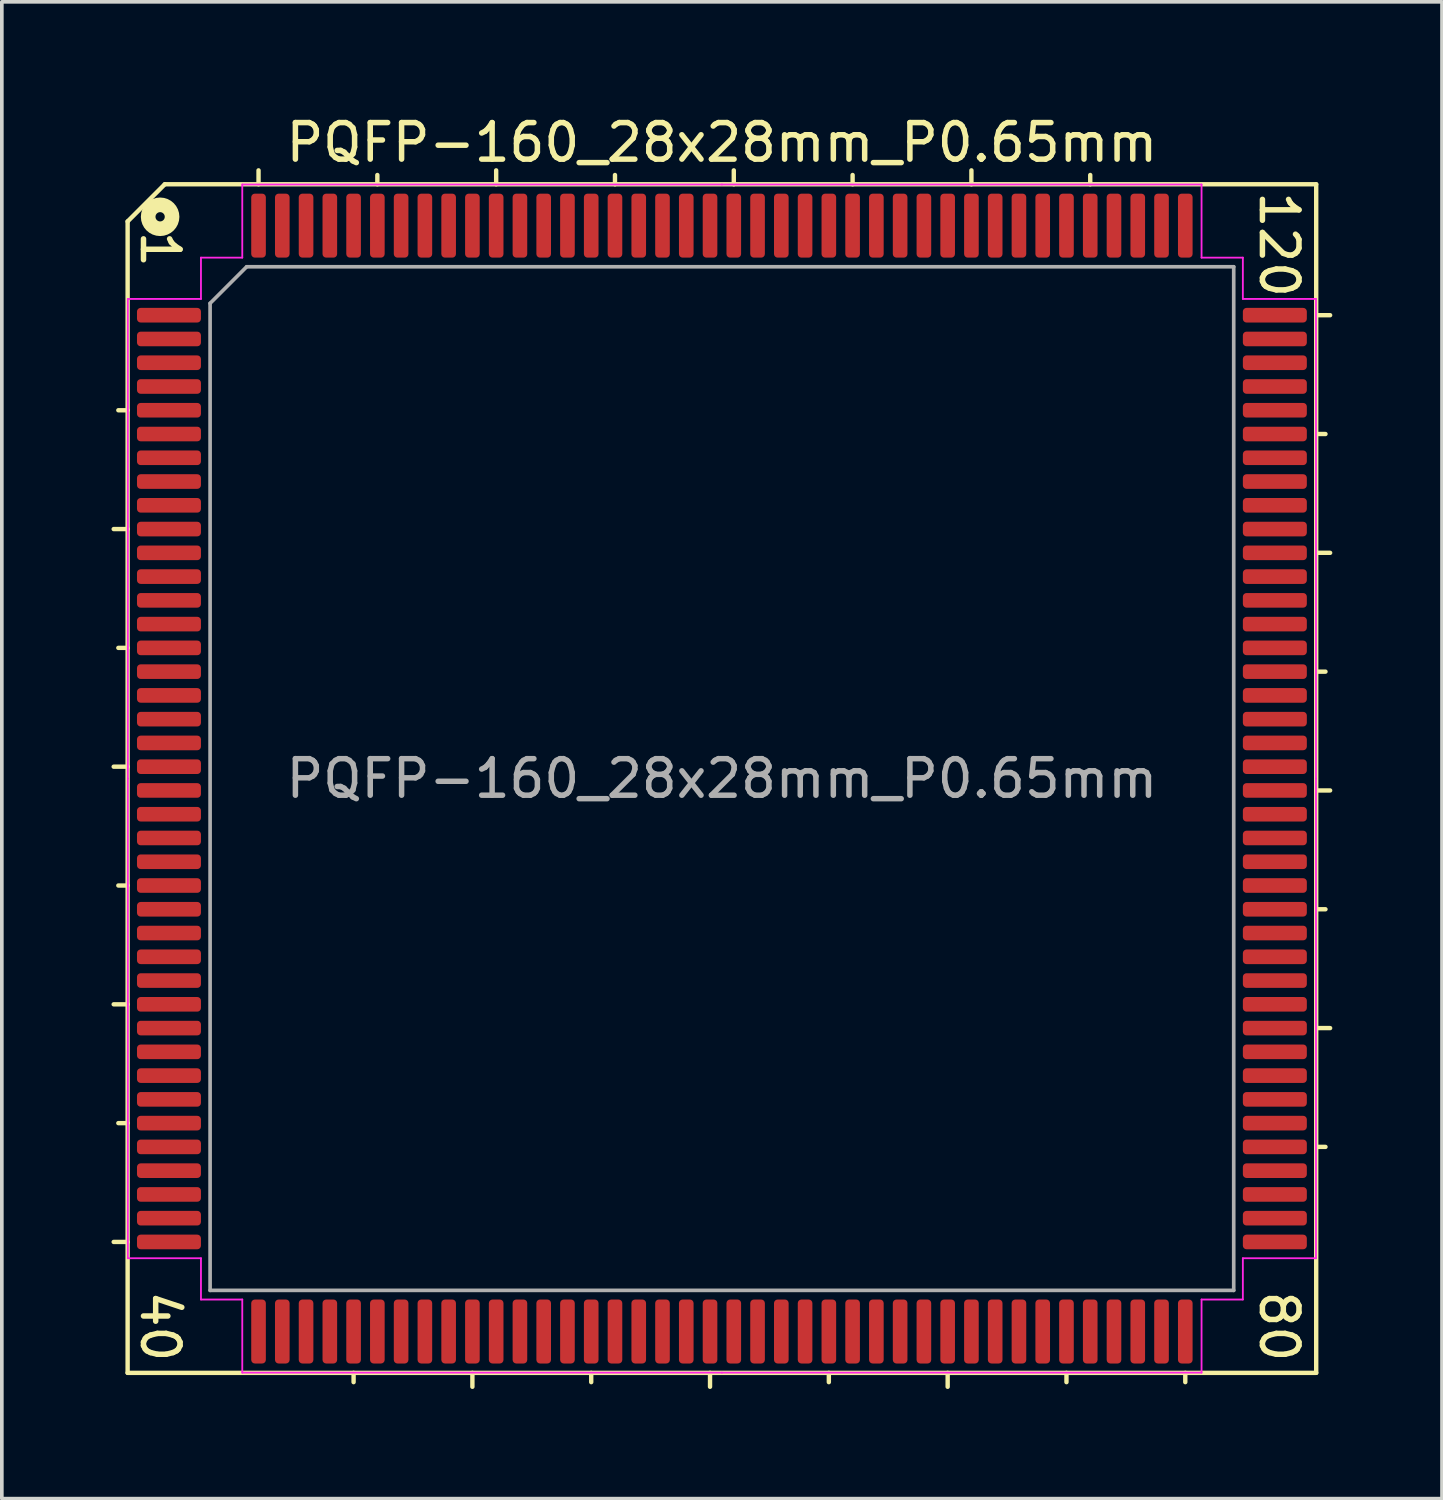
<source format=kicad_pcb>
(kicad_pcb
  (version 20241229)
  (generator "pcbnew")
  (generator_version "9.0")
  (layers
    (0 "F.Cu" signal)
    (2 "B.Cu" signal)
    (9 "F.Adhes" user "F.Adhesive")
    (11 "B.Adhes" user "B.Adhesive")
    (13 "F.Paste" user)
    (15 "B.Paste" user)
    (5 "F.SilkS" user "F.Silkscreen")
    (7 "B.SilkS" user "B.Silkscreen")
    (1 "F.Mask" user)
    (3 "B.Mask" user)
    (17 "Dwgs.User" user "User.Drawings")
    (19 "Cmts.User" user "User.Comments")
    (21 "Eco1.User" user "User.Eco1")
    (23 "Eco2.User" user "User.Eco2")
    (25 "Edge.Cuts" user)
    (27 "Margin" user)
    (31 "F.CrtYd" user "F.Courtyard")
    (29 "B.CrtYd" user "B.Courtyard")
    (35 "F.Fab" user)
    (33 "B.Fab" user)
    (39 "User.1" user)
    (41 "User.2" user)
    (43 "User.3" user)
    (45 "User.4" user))
  (footprint "PQFP-160_28x28mm_P0.65mm"
    (layer "F.Cu")
    (at 16.697 18.247)
    (property "Reference" "PQFP-160_28x28mm_P0.65mm" (at 0 -17.399 0) (layer "F.SilkS") (effects (font (size 1 1) (thickness 0.15))))
    (attr smd)
    (fp_line (start -16.256 -15.24) (end -16.256 16.256) (stroke (width 0.12) (type solid)) (layer "F.SilkS"))
    (fp_line (start -16.256 -10.075) (end -16.51 -10.075) (stroke (width 0.12) (type solid)) (layer "F.SilkS"))
    (fp_line (start -16.256 -6.825) (end -16.637 -6.825) (stroke (width 0.12) (type solid)) (layer "F.SilkS"))
    (fp_line (start -16.256 -3.575) (end -16.51 -3.575) (stroke (width 0.12) (type solid)) (layer "F.SilkS"))
    (fp_line (start -16.256 -0.325) (end -16.637 -0.325) (stroke (width 0.12) (type solid)) (layer "F.SilkS"))
    (fp_line (start -16.256 2.925) (end -16.51 2.925) (stroke (width 0.12) (type solid)) (layer "F.SilkS"))
    (fp_line (start -16.256 6.175) (end -16.637 6.175) (stroke (width 0.12) (type solid)) (layer "F.SilkS"))
    (fp_line (start -16.256 9.425) (end -16.51 9.425) (stroke (width 0.12) (type solid)) (layer "F.SilkS"))
    (fp_line (start -16.256 12.675) (end -16.637 12.675) (stroke (width 0.12) (type solid)) (layer "F.SilkS"))
    (fp_line (start -16.256 16.256) (end 16.256 16.256) (stroke (width 0.12) (type solid)) (layer "F.SilkS"))
    (fp_line (start -15.24 -16.256) (end -16.256 -15.24) (stroke (width 0.12) (type solid)) (layer "F.SilkS"))
    (fp_line (start -12.675 -16.256) (end -12.675 -16.637) (stroke (width 0.12) (type solid)) (layer "F.SilkS"))
    (fp_line (start -10.075 16.51) (end -10.075 16.256) (stroke (width 0.12) (type solid)) (layer "F.SilkS"))
    (fp_line (start -9.425 -16.256) (end -9.425 -16.51) (stroke (width 0.12) (type solid)) (layer "F.SilkS"))
    (fp_line (start -6.825 16.637) (end -6.825 16.256) (stroke (width 0.12) (type solid)) (layer "F.SilkS"))
    (fp_line (start -6.175 -16.256) (end -6.175 -16.637) (stroke (width 0.12) (type solid)) (layer "F.SilkS"))
    (fp_line (start -3.575 16.256) (end -3.575 16.51) (stroke (width 0.12) (type solid)) (layer "F.SilkS"))
    (fp_line (start -2.925 -16.256) (end -2.925 -16.51) (stroke (width 0.12) (type solid)) (layer "F.SilkS"))
    (fp_line (start -0.325 16.256) (end -0.325 16.637) (stroke (width 0.12) (type solid)) (layer "F.SilkS"))
    (fp_line (start 0.325 -16.256) (end 0.325 -16.637) (stroke (width 0.12) (type solid)) (layer "F.SilkS"))
    (fp_line (start 2.925 16.256) (end 2.925 16.51) (stroke (width 0.12) (type solid)) (layer "F.SilkS"))
    (fp_line (start 3.575 -16.256) (end 3.575 -16.51) (stroke (width 0.12) (type solid)) (layer "F.SilkS"))
    (fp_line (start 6.175 16.256) (end 6.175 16.637) (stroke (width 0.12) (type solid)) (layer "F.SilkS"))
    (fp_line (start 6.825 -16.256) (end 6.825 -16.637) (stroke (width 0.12) (type solid)) (layer "F.SilkS"))
    (fp_line (start 9.425 16.256) (end 9.425 16.51) (stroke (width 0.12) (type solid)) (layer "F.SilkS"))
    (fp_line (start 10.075 -16.256) (end 10.075 -16.51) (stroke (width 0.12) (type solid)) (layer "F.SilkS"))
    (fp_line (start 12.675 16.256) (end 12.675 16.51) (stroke (width 0.12) (type solid)) (layer "F.SilkS"))
    (fp_line (start 16.256 -16.256) (end -15.24 -16.256) (stroke (width 0.12) (type solid)) (layer "F.SilkS"))
    (fp_line (start 16.256 -12.675) (end 16.637 -12.675) (stroke (width 0.12) (type solid)) (layer "F.SilkS"))
    (fp_line (start 16.256 -9.425) (end 16.51 -9.425) (stroke (width 0.12) (type solid)) (layer "F.SilkS"))
    (fp_line (start 16.256 -6.175) (end 16.637 -6.175) (stroke (width 0.12) (type solid)) (layer "F.SilkS"))
    (fp_line (start 16.256 -2.925) (end 16.51 -2.925) (stroke (width 0.12) (type solid)) (layer "F.SilkS"))
    (fp_line (start 16.256 0.325) (end 16.637 0.325) (stroke (width 0.12) (type solid)) (layer "F.SilkS"))
    (fp_line (start 16.256 3.575) (end 16.51 3.575) (stroke (width 0.12) (type solid)) (layer "F.SilkS"))
    (fp_line (start 16.256 6.825) (end 16.637 6.825) (stroke (width 0.12) (type solid)) (layer "F.SilkS"))
    (fp_line (start 16.256 10.075) (end 16.51 10.075) (stroke (width 0.12) (type solid)) (layer "F.SilkS"))
    (fp_line (start 16.256 16.256) (end 16.256 -16.256) (stroke (width 0.12) (type solid)) (layer "F.SilkS"))
    (fp_circle (center -15.367 -15.367) (end -15.24 -15.367) (stroke (width 0.4) (type solid)) (fill no) (layer "F.SilkS"))
    (fp_line (start -16.25 -13.12) (end -16.25 0) (stroke (width 0.05) (type solid)) (layer "F.CrtYd"))
    (fp_line (start -16.25 13.12) (end -16.25 0) (stroke (width 0.05) (type solid)) (layer "F.CrtYd"))
    (fp_line (start -14.25 -14.25) (end -14.25 -13.12) (stroke (width 0.05) (type solid)) (layer "F.CrtYd"))
    (fp_line (start -14.25 -13.12) (end -16.25 -13.12) (stroke (width 0.05) (type solid)) (layer "F.CrtYd"))
    (fp_line (start -14.25 13.12) (end -16.25 13.12) (stroke (width 0.05) (type solid)) (layer "F.CrtYd"))
    (fp_line (start -14.25 14.25) (end -14.25 13.12) (stroke (width 0.05) (type solid)) (layer "F.CrtYd"))
    (fp_line (start -13.12 -16.25) (end -13.12 -14.25) (stroke (width 0.05) (type solid)) (layer "F.CrtYd"))
    (fp_line (start -13.12 -14.25) (end -14.25 -14.25) (stroke (width 0.05) (type solid)) (layer "F.CrtYd"))
    (fp_line (start -13.12 14.25) (end -14.25 14.25) (stroke (width 0.05) (type solid)) (layer "F.CrtYd"))
    (fp_line (start -13.12 16.25) (end -13.12 14.25) (stroke (width 0.05) (type solid)) (layer "F.CrtYd"))
    (fp_line (start 0 -16.25) (end -13.12 -16.25) (stroke (width 0.05) (type solid)) (layer "F.CrtYd"))
    (fp_line (start 0 -16.25) (end 13.12 -16.25) (stroke (width 0.05) (type solid)) (layer "F.CrtYd"))
    (fp_line (start 0 16.25) (end -13.12 16.25) (stroke (width 0.05) (type solid)) (layer "F.CrtYd"))
    (fp_line (start 0 16.25) (end 13.12 16.25) (stroke (width 0.05) (type solid)) (layer "F.CrtYd"))
    (fp_line (start 13.12 -16.25) (end 13.12 -14.25) (stroke (width 0.05) (type solid)) (layer "F.CrtYd"))
    (fp_line (start 13.12 -14.25) (end 14.25 -14.25) (stroke (width 0.05) (type solid)) (layer "F.CrtYd"))
    (fp_line (start 13.12 14.25) (end 14.25 14.25) (stroke (width 0.05) (type solid)) (layer "F.CrtYd"))
    (fp_line (start 13.12 16.25) (end 13.12 14.25) (stroke (width 0.05) (type solid)) (layer "F.CrtYd"))
    (fp_line (start 14.25 -14.25) (end 14.25 -13.12) (stroke (width 0.05) (type solid)) (layer "F.CrtYd"))
    (fp_line (start 14.25 -13.12) (end 16.25 -13.12) (stroke (width 0.05) (type solid)) (layer "F.CrtYd"))
    (fp_line (start 14.25 13.12) (end 16.25 13.12) (stroke (width 0.05) (type solid)) (layer "F.CrtYd"))
    (fp_line (start 14.25 14.25) (end 14.25 13.12) (stroke (width 0.05) (type solid)) (layer "F.CrtYd"))
    (fp_line (start 16.25 -13.12) (end 16.25 0) (stroke (width 0.05) (type solid)) (layer "F.CrtYd"))
    (fp_line (start 16.25 13.12) (end 16.25 0) (stroke (width 0.05) (type solid)) (layer "F.CrtYd"))
    (fp_line (start -14 -13) (end -13 -14) (stroke (width 0.1) (type solid)) (layer "F.Fab"))
    (fp_line (start -14 14) (end -14 -13) (stroke (width 0.1) (type solid)) (layer "F.Fab"))
    (fp_line (start -13 -14) (end 14 -14) (stroke (width 0.1) (type solid)) (layer "F.Fab"))
    (fp_line (start 14 -14) (end 14 14) (stroke (width 0.1) (type solid)) (layer "F.Fab"))
    (fp_line (start 14 14) (end -14 14) (stroke (width 0.1) (type solid)) (layer "F.Fab"))
    (fp_text user "80" (at 15.24 14.986 270) (unlocked yes) (layer "F.SilkS") (effects (font (size 1 1) (thickness 0.15))))
    (fp_text user "1" (at -15.367 -14.478 270) (unlocked yes) (layer "F.SilkS") (effects (font (size 1 1) (thickness 0.15))))
    (fp_text user "40" (at -15.367 14.986 270) (unlocked yes) (layer "F.SilkS") (effects (font (size 1 1) (thickness 0.15))))
    (fp_text user "120" (at 15.24 -14.605 270) (unlocked yes) (layer "F.SilkS") (effects (font (size 1 1) (thickness 0.15))))
    (fp_text user "${REFERENCE}" (at 0 0 0) (layer "F.Fab") (effects (font (size 1 1) (thickness 0.15))))
    (pad "1" smd roundrect (at -15.125 -12.675) (size 1.75 0.4) (layers "F.Cu" "F.Mask" "F.Paste") (roundrect_rratio 0.25))
    (pad "2" smd roundrect (at -15.125 -12.025) (size 1.75 0.4) (layers "F.Cu" "F.Mask" "F.Paste") (roundrect_rratio 0.25))
    (pad "3" smd roundrect (at -15.125 -11.375) (size 1.75 0.4) (layers "F.Cu" "F.Mask" "F.Paste") (roundrect_rratio 0.25))
    (pad "4" smd roundrect (at -15.125 -10.725) (size 1.75 0.4) (layers "F.Cu" "F.Mask" "F.Paste") (roundrect_rratio 0.25))
    (pad "5" smd roundrect (at -15.125 -10.075) (size 1.75 0.4) (layers "F.Cu" "F.Mask" "F.Paste") (roundrect_rratio 0.25))
    (pad "6" smd roundrect (at -15.125 -9.425) (size 1.75 0.4) (layers "F.Cu" "F.Mask" "F.Paste") (roundrect_rratio 0.25))
    (pad "7" smd roundrect (at -15.125 -8.775) (size 1.75 0.4) (layers "F.Cu" "F.Mask" "F.Paste") (roundrect_rratio 0.25))
    (pad "8" smd roundrect (at -15.125 -8.125) (size 1.75 0.4) (layers "F.Cu" "F.Mask" "F.Paste") (roundrect_rratio 0.25))
    (pad "9" smd roundrect (at -15.125 -7.475) (size 1.75 0.4) (layers "F.Cu" "F.Mask" "F.Paste") (roundrect_rratio 0.25))
    (pad "10" smd roundrect (at -15.125 -6.825) (size 1.75 0.4) (layers "F.Cu" "F.Mask" "F.Paste") (roundrect_rratio 0.25))
    (pad "11" smd roundrect (at -15.125 -6.175) (size 1.75 0.4) (layers "F.Cu" "F.Mask" "F.Paste") (roundrect_rratio 0.25))
    (pad "12" smd roundrect (at -15.125 -5.525) (size 1.75 0.4) (layers "F.Cu" "F.Mask" "F.Paste") (roundrect_rratio 0.25))
    (pad "13" smd roundrect (at -15.125 -4.875) (size 1.75 0.4) (layers "F.Cu" "F.Mask" "F.Paste") (roundrect_rratio 0.25))
    (pad "14" smd roundrect (at -15.125 -4.225) (size 1.75 0.4) (layers "F.Cu" "F.Mask" "F.Paste") (roundrect_rratio 0.25))
    (pad "15" smd roundrect (at -15.125 -3.575) (size 1.75 0.4) (layers "F.Cu" "F.Mask" "F.Paste") (roundrect_rratio 0.25))
    (pad "16" smd roundrect (at -15.125 -2.925) (size 1.75 0.4) (layers "F.Cu" "F.Mask" "F.Paste") (roundrect_rratio 0.25))
    (pad "17" smd roundrect (at -15.125 -2.275) (size 1.75 0.4) (layers "F.Cu" "F.Mask" "F.Paste") (roundrect_rratio 0.25))
    (pad "18" smd roundrect (at -15.125 -1.625) (size 1.75 0.4) (layers "F.Cu" "F.Mask" "F.Paste") (roundrect_rratio 0.25))
    (pad "19" smd roundrect (at -15.125 -0.975) (size 1.75 0.4) (layers "F.Cu" "F.Mask" "F.Paste") (roundrect_rratio 0.25))
    (pad "20" smd roundrect (at -15.125 -0.325) (size 1.75 0.4) (layers "F.Cu" "F.Mask" "F.Paste") (roundrect_rratio 0.25))
    (pad "21" smd roundrect (at -15.125 0.325) (size 1.75 0.4) (layers "F.Cu" "F.Mask" "F.Paste") (roundrect_rratio 0.25))
    (pad "22" smd roundrect (at -15.125 0.975) (size 1.75 0.4) (layers "F.Cu" "F.Mask" "F.Paste") (roundrect_rratio 0.25))
    (pad "23" smd roundrect (at -15.125 1.625) (size 1.75 0.4) (layers "F.Cu" "F.Mask" "F.Paste") (roundrect_rratio 0.25))
    (pad "24" smd roundrect (at -15.125 2.275) (size 1.75 0.4) (layers "F.Cu" "F.Mask" "F.Paste") (roundrect_rratio 0.25))
    (pad "25" smd roundrect (at -15.125 2.925) (size 1.75 0.4) (layers "F.Cu" "F.Mask" "F.Paste") (roundrect_rratio 0.25))
    (pad "26" smd roundrect (at -15.125 3.575) (size 1.75 0.4) (layers "F.Cu" "F.Mask" "F.Paste") (roundrect_rratio 0.25))
    (pad "27" smd roundrect (at -15.125 4.225) (size 1.75 0.4) (layers "F.Cu" "F.Mask" "F.Paste") (roundrect_rratio 0.25))
    (pad "28" smd roundrect (at -15.125 4.875) (size 1.75 0.4) (layers "F.Cu" "F.Mask" "F.Paste") (roundrect_rratio 0.25))
    (pad "29" smd roundrect (at -15.125 5.525) (size 1.75 0.4) (layers "F.Cu" "F.Mask" "F.Paste") (roundrect_rratio 0.25))
    (pad "30" smd roundrect (at -15.125 6.175) (size 1.75 0.4) (layers "F.Cu" "F.Mask" "F.Paste") (roundrect_rratio 0.25))
    (pad "31" smd roundrect (at -15.125 6.825) (size 1.75 0.4) (layers "F.Cu" "F.Mask" "F.Paste") (roundrect_rratio 0.25))
    (pad "32" smd roundrect (at -15.125 7.475) (size 1.75 0.4) (layers "F.Cu" "F.Mask" "F.Paste") (roundrect_rratio 0.25))
    (pad "33" smd roundrect (at -15.125 8.125) (size 1.75 0.4) (layers "F.Cu" "F.Mask" "F.Paste") (roundrect_rratio 0.25))
    (pad "34" smd roundrect (at -15.125 8.775) (size 1.75 0.4) (layers "F.Cu" "F.Mask" "F.Paste") (roundrect_rratio 0.25))
    (pad "35" smd roundrect (at -15.125 9.425) (size 1.75 0.4) (layers "F.Cu" "F.Mask" "F.Paste") (roundrect_rratio 0.25))
    (pad "36" smd roundrect (at -15.125 10.075) (size 1.75 0.4) (layers "F.Cu" "F.Mask" "F.Paste") (roundrect_rratio 0.25))
    (pad "37" smd roundrect (at -15.125 10.725) (size 1.75 0.4) (layers "F.Cu" "F.Mask" "F.Paste") (roundrect_rratio 0.25))
    (pad "38" smd roundrect (at -15.125 11.375) (size 1.75 0.4) (layers "F.Cu" "F.Mask" "F.Paste") (roundrect_rratio 0.25))
    (pad "39" smd roundrect (at -15.125 12.025) (size 1.75 0.4) (layers "F.Cu" "F.Mask" "F.Paste") (roundrect_rratio 0.25))
    (pad "40" smd roundrect (at -15.125 12.675) (size 1.75 0.4) (layers "F.Cu" "F.Mask" "F.Paste") (roundrect_rratio 0.25))
    (pad "41" smd roundrect (at -12.675 15.125) (size 0.4 1.75) (layers "F.Cu" "F.Mask" "F.Paste") (roundrect_rratio 0.25))
    (pad "42" smd roundrect (at -12.025 15.125) (size 0.4 1.75) (layers "F.Cu" "F.Mask" "F.Paste") (roundrect_rratio 0.25))
    (pad "43" smd roundrect (at -11.375 15.125) (size 0.4 1.75) (layers "F.Cu" "F.Mask" "F.Paste") (roundrect_rratio 0.25))
    (pad "44" smd roundrect (at -10.725 15.125) (size 0.4 1.75) (layers "F.Cu" "F.Mask" "F.Paste") (roundrect_rratio 0.25))
    (pad "45" smd roundrect (at -10.075 15.125) (size 0.4 1.75) (layers "F.Cu" "F.Mask" "F.Paste") (roundrect_rratio 0.25))
    (pad "46" smd roundrect (at -9.425 15.125) (size 0.4 1.75) (layers "F.Cu" "F.Mask" "F.Paste") (roundrect_rratio 0.25))
    (pad "47" smd roundrect (at -8.775 15.125) (size 0.4 1.75) (layers "F.Cu" "F.Mask" "F.Paste") (roundrect_rratio 0.25))
    (pad "48" smd roundrect (at -8.125 15.125) (size 0.4 1.75) (layers "F.Cu" "F.Mask" "F.Paste") (roundrect_rratio 0.25))
    (pad "49" smd roundrect (at -7.475 15.125) (size 0.4 1.75) (layers "F.Cu" "F.Mask" "F.Paste") (roundrect_rratio 0.25))
    (pad "50" smd roundrect (at -6.825 15.125) (size 0.4 1.75) (layers "F.Cu" "F.Mask" "F.Paste") (roundrect_rratio 0.25))
    (pad "51" smd roundrect (at -6.175 15.125) (size 0.4 1.75) (layers "F.Cu" "F.Mask" "F.Paste") (roundrect_rratio 0.25))
    (pad "52" smd roundrect (at -5.525 15.125) (size 0.4 1.75) (layers "F.Cu" "F.Mask" "F.Paste") (roundrect_rratio 0.25))
    (pad "53" smd roundrect (at -4.875 15.125) (size 0.4 1.75) (layers "F.Cu" "F.Mask" "F.Paste") (roundrect_rratio 0.25))
    (pad "54" smd roundrect (at -4.225 15.125) (size 0.4 1.75) (layers "F.Cu" "F.Mask" "F.Paste") (roundrect_rratio 0.25))
    (pad "55" smd roundrect (at -3.575 15.125) (size 0.4 1.75) (layers "F.Cu" "F.Mask" "F.Paste") (roundrect_rratio 0.25))
    (pad "56" smd roundrect (at -2.925 15.125) (size 0.4 1.75) (layers "F.Cu" "F.Mask" "F.Paste") (roundrect_rratio 0.25))
    (pad "57" smd roundrect (at -2.275 15.125) (size 0.4 1.75) (layers "F.Cu" "F.Mask" "F.Paste") (roundrect_rratio 0.25))
    (pad "58" smd roundrect (at -1.625 15.125) (size 0.4 1.75) (layers "F.Cu" "F.Mask" "F.Paste") (roundrect_rratio 0.25))
    (pad "59" smd roundrect (at -0.975 15.125) (size 0.4 1.75) (layers "F.Cu" "F.Mask" "F.Paste") (roundrect_rratio 0.25))
    (pad "60" smd roundrect (at -0.325 15.125) (size 0.4 1.75) (layers "F.Cu" "F.Mask" "F.Paste") (roundrect_rratio 0.25))
    (pad "61" smd roundrect (at 0.325 15.125) (size 0.4 1.75) (layers "F.Cu" "F.Mask" "F.Paste") (roundrect_rratio 0.25))
    (pad "62" smd roundrect (at 0.975 15.125) (size 0.4 1.75) (layers "F.Cu" "F.Mask" "F.Paste") (roundrect_rratio 0.25))
    (pad "63" smd roundrect (at 1.625 15.125) (size 0.4 1.75) (layers "F.Cu" "F.Mask" "F.Paste") (roundrect_rratio 0.25))
    (pad "64" smd roundrect (at 2.275 15.125) (size 0.4 1.75) (layers "F.Cu" "F.Mask" "F.Paste") (roundrect_rratio 0.25))
    (pad "65" smd roundrect (at 2.925 15.125) (size 0.4 1.75) (layers "F.Cu" "F.Mask" "F.Paste") (roundrect_rratio 0.25))
    (pad "66" smd roundrect (at 3.575 15.125) (size 0.4 1.75) (layers "F.Cu" "F.Mask" "F.Paste") (roundrect_rratio 0.25))
    (pad "67" smd roundrect (at 4.225 15.125) (size 0.4 1.75) (layers "F.Cu" "F.Mask" "F.Paste") (roundrect_rratio 0.25))
    (pad "68" smd roundrect (at 4.875 15.125) (size 0.4 1.75) (layers "F.Cu" "F.Mask" "F.Paste") (roundrect_rratio 0.25))
    (pad "69" smd roundrect (at 5.525 15.125) (size 0.4 1.75) (layers "F.Cu" "F.Mask" "F.Paste") (roundrect_rratio 0.25))
    (pad "70" smd roundrect (at 6.175 15.125) (size 0.4 1.75) (layers "F.Cu" "F.Mask" "F.Paste") (roundrect_rratio 0.25))
    (pad "71" smd roundrect (at 6.825 15.125) (size 0.4 1.75) (layers "F.Cu" "F.Mask" "F.Paste") (roundrect_rratio 0.25))
    (pad "72" smd roundrect (at 7.475 15.125) (size 0.4 1.75) (layers "F.Cu" "F.Mask" "F.Paste") (roundrect_rratio 0.25))
    (pad "73" smd roundrect (at 8.125 15.125) (size 0.4 1.75) (layers "F.Cu" "F.Mask" "F.Paste") (roundrect_rratio 0.25))
    (pad "74" smd roundrect (at 8.775 15.125) (size 0.4 1.75) (layers "F.Cu" "F.Mask" "F.Paste") (roundrect_rratio 0.25))
    (pad "75" smd roundrect (at 9.425 15.125) (size 0.4 1.75) (layers "F.Cu" "F.Mask" "F.Paste") (roundrect_rratio 0.25))
    (pad "76" smd roundrect (at 10.075 15.125) (size 0.4 1.75) (layers "F.Cu" "F.Mask" "F.Paste") (roundrect_rratio 0.25))
    (pad "77" smd roundrect (at 10.725 15.125) (size 0.4 1.75) (layers "F.Cu" "F.Mask" "F.Paste") (roundrect_rratio 0.25))
    (pad "78" smd roundrect (at 11.375 15.125) (size 0.4 1.75) (layers "F.Cu" "F.Mask" "F.Paste") (roundrect_rratio 0.25))
    (pad "79" smd roundrect (at 12.025 15.125) (size 0.4 1.75) (layers "F.Cu" "F.Mask" "F.Paste") (roundrect_rratio 0.25))
    (pad "80" smd roundrect (at 12.675 15.125) (size 0.4 1.75) (layers "F.Cu" "F.Mask" "F.Paste") (roundrect_rratio 0.25))
    (pad "81" smd roundrect (at 15.125 12.675) (size 1.75 0.4) (layers "F.Cu" "F.Mask" "F.Paste") (roundrect_rratio 0.25))
    (pad "82" smd roundrect (at 15.125 12.025) (size 1.75 0.4) (layers "F.Cu" "F.Mask" "F.Paste") (roundrect_rratio 0.25))
    (pad "83" smd roundrect (at 15.125 11.375) (size 1.75 0.4) (layers "F.Cu" "F.Mask" "F.Paste") (roundrect_rratio 0.25))
    (pad "84" smd roundrect (at 15.125 10.725) (size 1.75 0.4) (layers "F.Cu" "F.Mask" "F.Paste") (roundrect_rratio 0.25))
    (pad "85" smd roundrect (at 15.125 10.075) (size 1.75 0.4) (layers "F.Cu" "F.Mask" "F.Paste") (roundrect_rratio 0.25))
    (pad "86" smd roundrect (at 15.125 9.425) (size 1.75 0.4) (layers "F.Cu" "F.Mask" "F.Paste") (roundrect_rratio 0.25))
    (pad "87" smd roundrect (at 15.125 8.775) (size 1.75 0.4) (layers "F.Cu" "F.Mask" "F.Paste") (roundrect_rratio 0.25))
    (pad "88" smd roundrect (at 15.125 8.125) (size 1.75 0.4) (layers "F.Cu" "F.Mask" "F.Paste") (roundrect_rratio 0.25))
    (pad "89" smd roundrect (at 15.125 7.475) (size 1.75 0.4) (layers "F.Cu" "F.Mask" "F.Paste") (roundrect_rratio 0.25))
    (pad "90" smd roundrect (at 15.125 6.825) (size 1.75 0.4) (layers "F.Cu" "F.Mask" "F.Paste") (roundrect_rratio 0.25))
    (pad "91" smd roundrect (at 15.125 6.175) (size 1.75 0.4) (layers "F.Cu" "F.Mask" "F.Paste") (roundrect_rratio 0.25))
    (pad "92" smd roundrect (at 15.125 5.525) (size 1.75 0.4) (layers "F.Cu" "F.Mask" "F.Paste") (roundrect_rratio 0.25))
    (pad "93" smd roundrect (at 15.125 4.875) (size 1.75 0.4) (layers "F.Cu" "F.Mask" "F.Paste") (roundrect_rratio 0.25))
    (pad "94" smd roundrect (at 15.125 4.225) (size 1.75 0.4) (layers "F.Cu" "F.Mask" "F.Paste") (roundrect_rratio 0.25))
    (pad "95" smd roundrect (at 15.125 3.575) (size 1.75 0.4) (layers "F.Cu" "F.Mask" "F.Paste") (roundrect_rratio 0.25))
    (pad "96" smd roundrect (at 15.125 2.925) (size 1.75 0.4) (layers "F.Cu" "F.Mask" "F.Paste") (roundrect_rratio 0.25))
    (pad "97" smd roundrect (at 15.125 2.275) (size 1.75 0.4) (layers "F.Cu" "F.Mask" "F.Paste") (roundrect_rratio 0.25))
    (pad "98" smd roundrect (at 15.125 1.625) (size 1.75 0.4) (layers "F.Cu" "F.Mask" "F.Paste") (roundrect_rratio 0.25))
    (pad "99" smd roundrect (at 15.125 0.975) (size 1.75 0.4) (layers "F.Cu" "F.Mask" "F.Paste") (roundrect_rratio 0.25))
    (pad "100" smd roundrect (at 15.125 0.325) (size 1.75 0.4) (layers "F.Cu" "F.Mask" "F.Paste") (roundrect_rratio 0.25))
    (pad "101" smd roundrect (at 15.125 -0.325) (size 1.75 0.4) (layers "F.Cu" "F.Mask" "F.Paste") (roundrect_rratio 0.25))
    (pad "102" smd roundrect (at 15.125 -0.975) (size 1.75 0.4) (layers "F.Cu" "F.Mask" "F.Paste") (roundrect_rratio 0.25))
    (pad "103" smd roundrect (at 15.125 -1.625) (size 1.75 0.4) (layers "F.Cu" "F.Mask" "F.Paste") (roundrect_rratio 0.25))
    (pad "104" smd roundrect (at 15.125 -2.275) (size 1.75 0.4) (layers "F.Cu" "F.Mask" "F.Paste") (roundrect_rratio 0.25))
    (pad "105" smd roundrect (at 15.125 -2.925) (size 1.75 0.4) (layers "F.Cu" "F.Mask" "F.Paste") (roundrect_rratio 0.25))
    (pad "106" smd roundrect (at 15.125 -3.575) (size 1.75 0.4) (layers "F.Cu" "F.Mask" "F.Paste") (roundrect_rratio 0.25))
    (pad "107" smd roundrect (at 15.125 -4.225) (size 1.75 0.4) (layers "F.Cu" "F.Mask" "F.Paste") (roundrect_rratio 0.25))
    (pad "108" smd roundrect (at 15.125 -4.875) (size 1.75 0.4) (layers "F.Cu" "F.Mask" "F.Paste") (roundrect_rratio 0.25))
    (pad "109" smd roundrect (at 15.125 -5.525) (size 1.75 0.4) (layers "F.Cu" "F.Mask" "F.Paste") (roundrect_rratio 0.25))
    (pad "110" smd roundrect (at 15.125 -6.175) (size 1.75 0.4) (layers "F.Cu" "F.Mask" "F.Paste") (roundrect_rratio 0.25))
    (pad "111" smd roundrect (at 15.125 -6.825) (size 1.75 0.4) (layers "F.Cu" "F.Mask" "F.Paste") (roundrect_rratio 0.25))
    (pad "112" smd roundrect (at 15.125 -7.475) (size 1.75 0.4) (layers "F.Cu" "F.Mask" "F.Paste") (roundrect_rratio 0.25))
    (pad "113" smd roundrect (at 15.125 -8.125) (size 1.75 0.4) (layers "F.Cu" "F.Mask" "F.Paste") (roundrect_rratio 0.25))
    (pad "114" smd roundrect (at 15.125 -8.775) (size 1.75 0.4) (layers "F.Cu" "F.Mask" "F.Paste") (roundrect_rratio 0.25))
    (pad "115" smd roundrect (at 15.125 -9.425) (size 1.75 0.4) (layers "F.Cu" "F.Mask" "F.Paste") (roundrect_rratio 0.25))
    (pad "116" smd roundrect (at 15.125 -10.075) (size 1.75 0.4) (layers "F.Cu" "F.Mask" "F.Paste") (roundrect_rratio 0.25))
    (pad "117" smd roundrect (at 15.125 -10.725) (size 1.75 0.4) (layers "F.Cu" "F.Mask" "F.Paste") (roundrect_rratio 0.25))
    (pad "118" smd roundrect (at 15.125 -11.375) (size 1.75 0.4) (layers "F.Cu" "F.Mask" "F.Paste") (roundrect_rratio 0.25))
    (pad "119" smd roundrect (at 15.125 -12.025) (size 1.75 0.4) (layers "F.Cu" "F.Mask" "F.Paste") (roundrect_rratio 0.25))
    (pad "120" smd roundrect (at 15.125 -12.675) (size 1.75 0.4) (layers "F.Cu" "F.Mask" "F.Paste") (roundrect_rratio 0.25))
    (pad "121" smd roundrect (at 12.675 -15.125) (size 0.4 1.75) (layers "F.Cu" "F.Mask" "F.Paste") (roundrect_rratio 0.25))
    (pad "122" smd roundrect (at 12.025 -15.125) (size 0.4 1.75) (layers "F.Cu" "F.Mask" "F.Paste") (roundrect_rratio 0.25))
    (pad "123" smd roundrect (at 11.375 -15.125) (size 0.4 1.75) (layers "F.Cu" "F.Mask" "F.Paste") (roundrect_rratio 0.25))
    (pad "124" smd roundrect (at 10.725 -15.125) (size 0.4 1.75) (layers "F.Cu" "F.Mask" "F.Paste") (roundrect_rratio 0.25))
    (pad "125" smd roundrect (at 10.075 -15.125) (size 0.4 1.75) (layers "F.Cu" "F.Mask" "F.Paste") (roundrect_rratio 0.25))
    (pad "126" smd roundrect (at 9.425 -15.125) (size 0.4 1.75) (layers "F.Cu" "F.Mask" "F.Paste") (roundrect_rratio 0.25))
    (pad "127" smd roundrect (at 8.775 -15.125) (size 0.4 1.75) (layers "F.Cu" "F.Mask" "F.Paste") (roundrect_rratio 0.25))
    (pad "128" smd roundrect (at 8.125 -15.125) (size 0.4 1.75) (layers "F.Cu" "F.Mask" "F.Paste") (roundrect_rratio 0.25))
    (pad "129" smd roundrect (at 7.475 -15.125) (size 0.4 1.75) (layers "F.Cu" "F.Mask" "F.Paste") (roundrect_rratio 0.25))
    (pad "130" smd roundrect (at 6.825 -15.125) (size 0.4 1.75) (layers "F.Cu" "F.Mask" "F.Paste") (roundrect_rratio 0.25))
    (pad "131" smd roundrect (at 6.175 -15.125) (size 0.4 1.75) (layers "F.Cu" "F.Mask" "F.Paste") (roundrect_rratio 0.25))
    (pad "132" smd roundrect (at 5.525 -15.125) (size 0.4 1.75) (layers "F.Cu" "F.Mask" "F.Paste") (roundrect_rratio 0.25))
    (pad "133" smd roundrect (at 4.875 -15.125) (size 0.4 1.75) (layers "F.Cu" "F.Mask" "F.Paste") (roundrect_rratio 0.25))
    (pad "134" smd roundrect (at 4.225 -15.125) (size 0.4 1.75) (layers "F.Cu" "F.Mask" "F.Paste") (roundrect_rratio 0.25))
    (pad "135" smd roundrect (at 3.575 -15.125) (size 0.4 1.75) (layers "F.Cu" "F.Mask" "F.Paste") (roundrect_rratio 0.25))
    (pad "136" smd roundrect (at 2.925 -15.125) (size 0.4 1.75) (layers "F.Cu" "F.Mask" "F.Paste") (roundrect_rratio 0.25))
    (pad "137" smd roundrect (at 2.275 -15.125) (size 0.4 1.75) (layers "F.Cu" "F.Mask" "F.Paste") (roundrect_rratio 0.25))
    (pad "138" smd roundrect (at 1.625 -15.125) (size 0.4 1.75) (layers "F.Cu" "F.Mask" "F.Paste") (roundrect_rratio 0.25))
    (pad "139" smd roundrect (at 0.975 -15.125) (size 0.4 1.75) (layers "F.Cu" "F.Mask" "F.Paste") (roundrect_rratio 0.25))
    (pad "140" smd roundrect (at 0.325 -15.125) (size 0.4 1.75) (layers "F.Cu" "F.Mask" "F.Paste") (roundrect_rratio 0.25))
    (pad "141" smd roundrect (at -0.325 -15.125) (size 0.4 1.75) (layers "F.Cu" "F.Mask" "F.Paste") (roundrect_rratio 0.25))
    (pad "142" smd roundrect (at -0.975 -15.125) (size 0.4 1.75) (layers "F.Cu" "F.Mask" "F.Paste") (roundrect_rratio 0.25))
    (pad "143" smd roundrect (at -1.625 -15.125) (size 0.4 1.75) (layers "F.Cu" "F.Mask" "F.Paste") (roundrect_rratio 0.25))
    (pad "144" smd roundrect (at -2.275 -15.125) (size 0.4 1.75) (layers "F.Cu" "F.Mask" "F.Paste") (roundrect_rratio 0.25))
    (pad "145" smd roundrect (at -2.925 -15.125) (size 0.4 1.75) (layers "F.Cu" "F.Mask" "F.Paste") (roundrect_rratio 0.25))
    (pad "146" smd roundrect (at -3.575 -15.125) (size 0.4 1.75) (layers "F.Cu" "F.Mask" "F.Paste") (roundrect_rratio 0.25))
    (pad "147" smd roundrect (at -4.225 -15.125) (size 0.4 1.75) (layers "F.Cu" "F.Mask" "F.Paste") (roundrect_rratio 0.25))
    (pad "148" smd roundrect (at -4.875 -15.125) (size 0.4 1.75) (layers "F.Cu" "F.Mask" "F.Paste") (roundrect_rratio 0.25))
    (pad "149" smd roundrect (at -5.525 -15.125) (size 0.4 1.75) (layers "F.Cu" "F.Mask" "F.Paste") (roundrect_rratio 0.25))
    (pad "150" smd roundrect (at -6.175 -15.125) (size 0.4 1.75) (layers "F.Cu" "F.Mask" "F.Paste") (roundrect_rratio 0.25))
    (pad "151" smd roundrect (at -6.825 -15.125) (size 0.4 1.75) (layers "F.Cu" "F.Mask" "F.Paste") (roundrect_rratio 0.25))
    (pad "152" smd roundrect (at -7.475 -15.125) (size 0.4 1.75) (layers "F.Cu" "F.Mask" "F.Paste") (roundrect_rratio 0.25))
    (pad "153" smd roundrect (at -8.125 -15.125) (size 0.4 1.75) (layers "F.Cu" "F.Mask" "F.Paste") (roundrect_rratio 0.25))
    (pad "154" smd roundrect (at -8.775 -15.125) (size 0.4 1.75) (layers "F.Cu" "F.Mask" "F.Paste") (roundrect_rratio 0.25))
    (pad "155" smd roundrect (at -9.425 -15.125) (size 0.4 1.75) (layers "F.Cu" "F.Mask" "F.Paste") (roundrect_rratio 0.25))
    (pad "156" smd roundrect (at -10.075 -15.125) (size 0.4 1.75) (layers "F.Cu" "F.Mask" "F.Paste") (roundrect_rratio 0.25))
    (pad "157" smd roundrect (at -10.725 -15.125) (size 0.4 1.75) (layers "F.Cu" "F.Mask" "F.Paste") (roundrect_rratio 0.25))
    (pad "158" smd roundrect (at -11.375 -15.125) (size 0.4 1.75) (layers "F.Cu" "F.Mask" "F.Paste") (roundrect_rratio 0.25))
    (pad "159" smd roundrect (at -12.025 -15.125) (size 0.4 1.75) (layers "F.Cu" "F.Mask" "F.Paste") (roundrect_rratio 0.25))
    (pad "160" smd roundrect (at -12.675 -15.125) (size 0.4 1.75) (layers "F.Cu" "F.Mask" "F.Paste") (roundrect_rratio 0.25)))
  (gr_rect
    (start -3 -3)
    (end 36.394 37.944)
    (stroke (width 0.1) (type default))
    (fill no)
    (layer "Edge.Cuts")))
</source>
